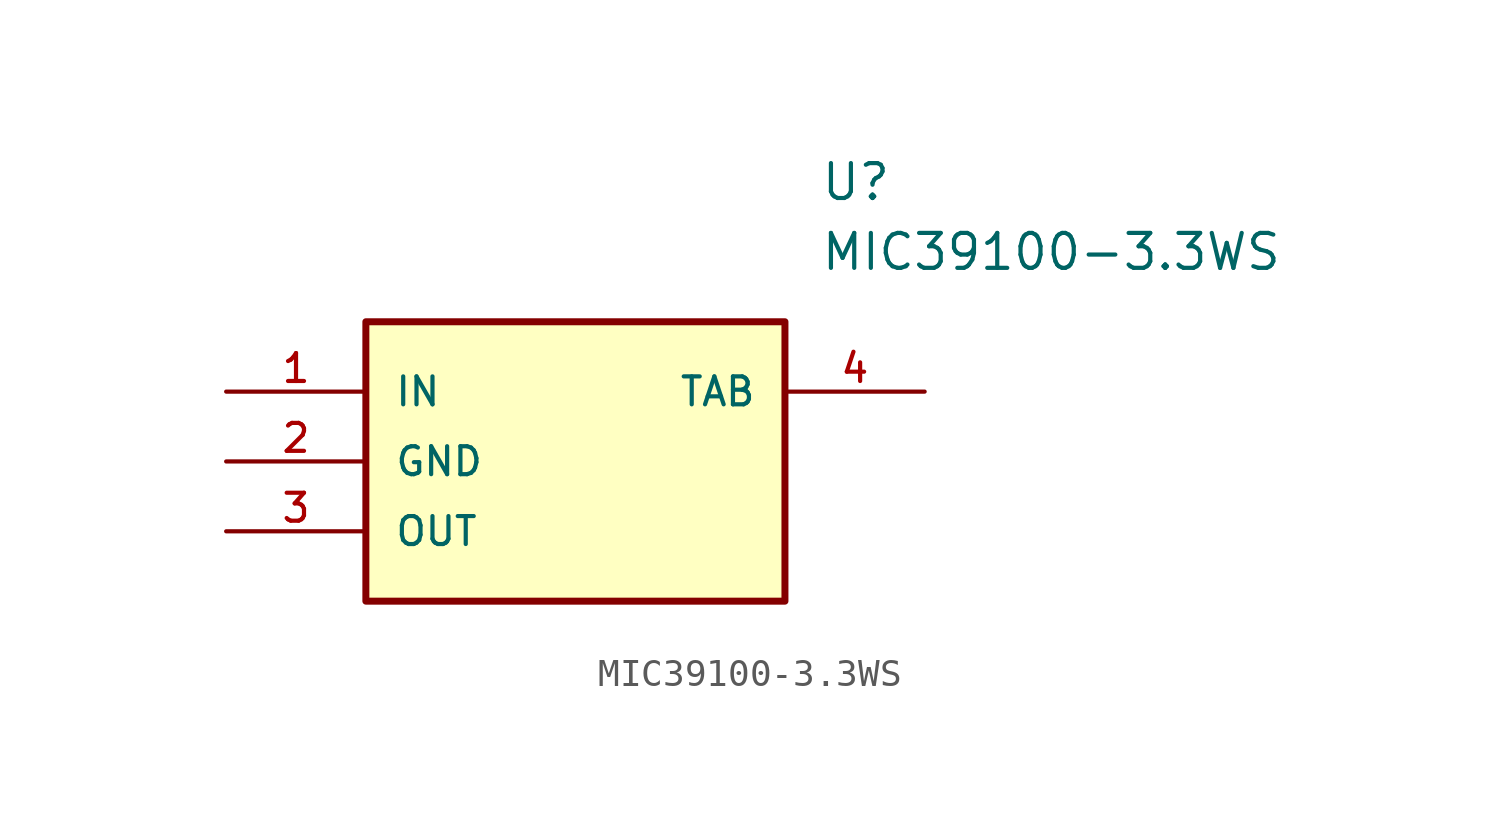
<source format=kicad_sym>
(kicad_symbol_lib
  (version 20211014)
  (generator kicad_symbol_editor)
  (symbol "MIC39100-3.3WS"
    (pin_names
      (offset 1.016))
    (property "Reference" "U"
      (at 21.59 7.62 0)
      (effects (font (size 1.27 1.27)) (justify left)))
    (property "Value" "MIC39100-3.3WS"
      (at 21.59 5.08 0)
      (effects (font (size 1.27 1.27)) (justify left)))
    (symbol "MIC39100-3.3WS_0_0"
      (rectangle (start 5.08 -7.62) (end 20.32 2.54) (stroke (width 0.254)) (fill (type background)))
      (pin bidirectional line (at 0.0 0.0 0) (length 5.08) (name "IN" (effects (font (size 1.016 1.016)))) (number "1" (effects (font (size 1.016 1.016)))))
      (pin bidirectional line (at 0.0 -2.54 0) (length 5.08) (name "GND" (effects (font (size 1.016 1.016)))) (number "2" (effects (font (size 1.016 1.016)))))
      (pin bidirectional line (at 0.0 -5.08 0) (length 5.08) (name "OUT" (effects (font (size 1.016 1.016)))) (number "3" (effects (font (size 1.016 1.016)))))
      (pin bidirectional line (at 25.4 0.0 180.0) (length 5.08) (name "TAB" (effects (font (size 1.016 1.016)))) (number "4" (effects (font (size 1.016 1.016))))))))
</source>
